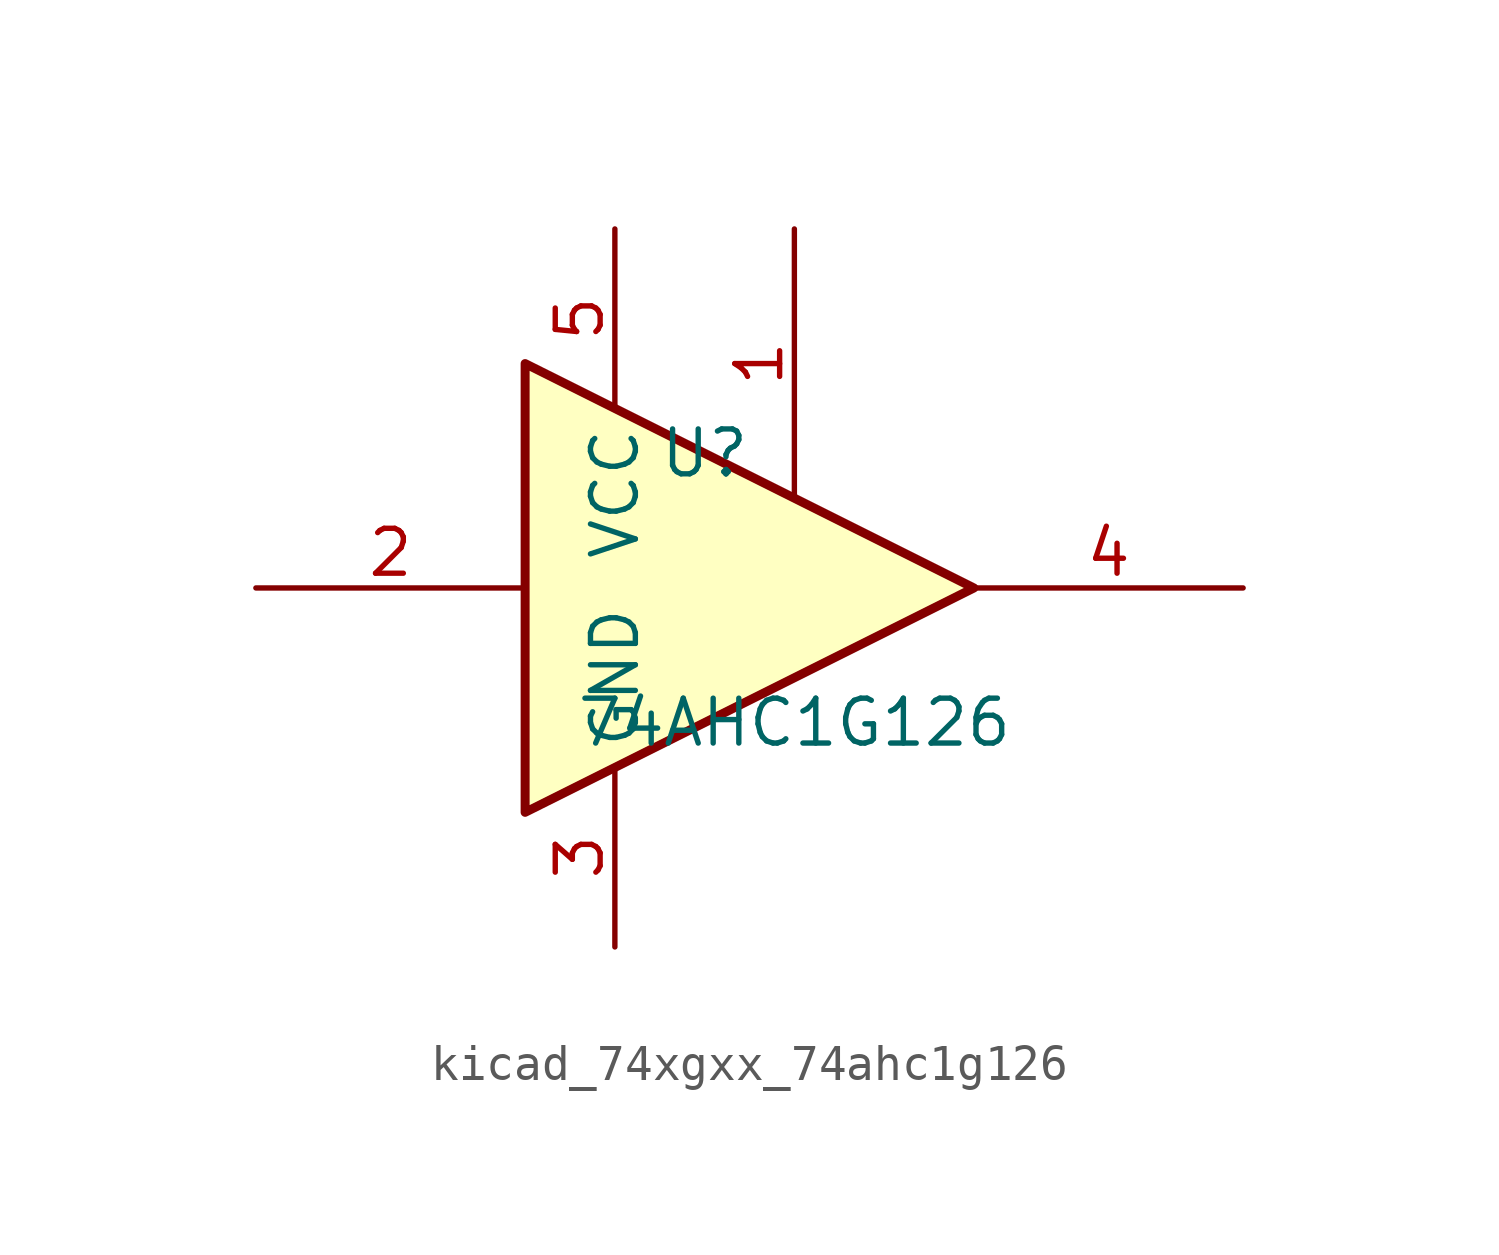
<source format=kicad_sym>
(kicad_symbol_lib
  (version 20220914)
  (generator kicad_symbol_editor)
  (symbol "kicad_74xgxx_74ahc1g126"
    (property "Reference" "U"
      (at -2.54 3.81 0)
      (effects (font (size 1.27 1.27))))
    (property "Value" "74AHC1G126"
      (at 0 -3.81 0)
      (effects (font (size 1.27 1.27))))
    (symbol "kicad_74xgxx_74ahc1g126_0_1"
      (polyline (pts (xy -7.62 6.35) (xy -7.62 -6.35) (xy 5.08 0) (xy -7.62 6.35)) (stroke (width 0.254) (type default)) (fill (type background))))
    (symbol "kicad_74xgxx_74ahc1g126_1_1"
      (pin input line (at 0 10.16 270) (length 7.62) (name "~" (effects (font (size 1.27 1.27)))) (number "1" (effects (font (size 1.27 1.27)))))
      (pin input line (at -15.24 0 0) (length 7.62) (name "~" (effects (font (size 1.27 1.27)))) (number "2" (effects (font (size 1.27 1.27)))))
      (pin power_in line (at -5.08 -10.16 90) (length 5.08) (name "GND" (effects (font (size 1.27 1.27)))) (number "3" (effects (font (size 1.27 1.27)))))
      (pin tri_state line (at 12.7 0 180) (length 7.62) (name "~" (effects (font (size 1.27 1.27)))) (number "4" (effects (font (size 1.27 1.27)))))
      (pin power_in line (at -5.08 10.16 270) (length 5.08) (name "VCC" (effects (font (size 1.27 1.27)))) (number "5" (effects (font (size 1.27 1.27))))))))
</source>
